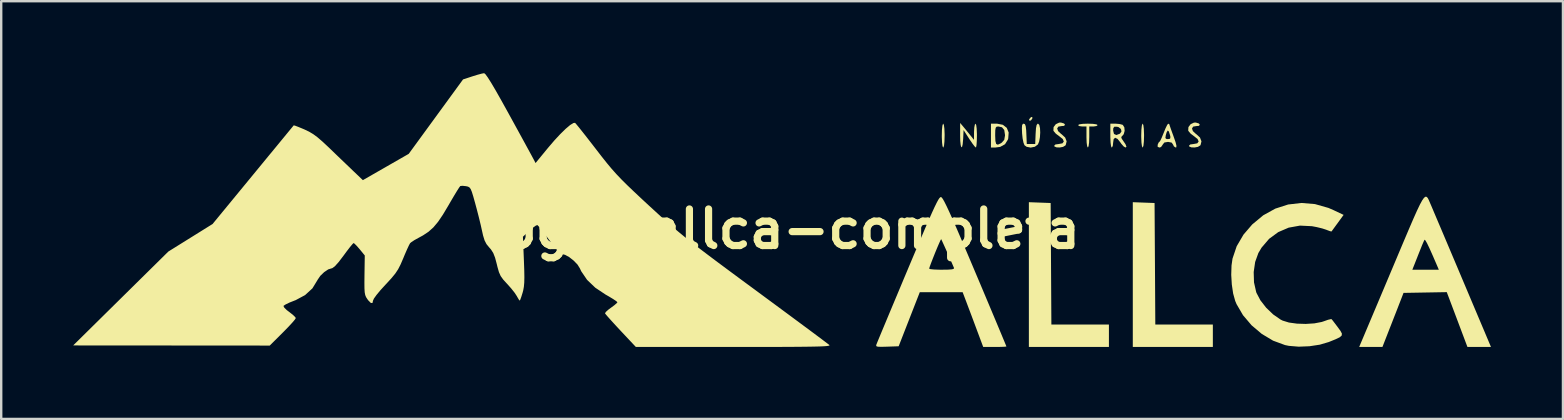
<source format=kicad_pcb>
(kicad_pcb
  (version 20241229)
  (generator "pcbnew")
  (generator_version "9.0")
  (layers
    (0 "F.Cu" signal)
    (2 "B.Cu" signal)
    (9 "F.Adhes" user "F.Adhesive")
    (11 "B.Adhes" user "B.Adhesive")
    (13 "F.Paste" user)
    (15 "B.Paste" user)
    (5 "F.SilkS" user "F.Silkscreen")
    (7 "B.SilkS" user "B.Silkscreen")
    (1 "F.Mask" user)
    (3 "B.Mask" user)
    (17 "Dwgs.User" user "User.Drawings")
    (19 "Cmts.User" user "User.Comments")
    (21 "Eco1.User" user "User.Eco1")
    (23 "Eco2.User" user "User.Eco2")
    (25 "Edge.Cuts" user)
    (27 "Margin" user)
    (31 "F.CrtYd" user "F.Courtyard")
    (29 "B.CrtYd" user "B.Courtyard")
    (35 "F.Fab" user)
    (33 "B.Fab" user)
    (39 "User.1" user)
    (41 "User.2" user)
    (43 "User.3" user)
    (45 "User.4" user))
  (footprint "logo-allca-completa"
    (layer "F.Cu")
    (at 29.526 6.493)
    (property "Reference" "logo-allca-completa" (at 0 0 0) (layer "F.SilkS") (effects (font (size 1.524 1.524) (thickness 0.3))))
    (attr board_only exclude_from_pos_files exclude_from_bom)
    (fp_poly (pts (xy 11.208 -1.083) (xy 11.223 1.449) (xy 11.238 3.98) (xy 13.636 3.98) (xy 13.636 4.916) (xy 10.3 4.916) (xy 10.3 -1.117)) (stroke (width 0) (type solid)) (fill yes) (layer "F.SilkS"))
    (fp_poly (pts (xy 10.451 -4.65) (xy 10.441 -4.599) (xy 10.386 -4.526) (xy 10.328 -4.509) (xy 10.309 -4.557) (xy 10.314 -4.576) (xy 10.385 -4.659) (xy 10.407 -4.669)) (stroke (width 0) (type solid)) (fill yes) (layer "F.SilkS"))
    (fp_poly (pts (xy 15.085 -1.1) (xy 15.538 -1.083) (xy 15.554 1.449) (xy 15.569 3.98) (xy 17.967 3.98) (xy 17.967 4.916) (xy 14.631 4.916) (xy 14.631 -1.117)) (stroke (width 0) (type solid)) (fill yes) (layer "F.SilkS"))
    (fp_poly (pts (xy 6.759 -4.334) (xy 6.779 -4.183) (xy 6.789 -3.956) (xy 6.789 -3.892) (xy 6.782 -3.65) (xy 6.765 -3.478) (xy 6.738 -3.398) (xy 6.73 -3.394) (xy 6.702 -3.449) (xy 6.682 -3.601) (xy 6.672 -3.828) (xy 6.672 -3.892) (xy 6.678 -4.134) (xy 6.696 -4.306) (xy 6.723 -4.386) (xy 6.73 -4.389)) (stroke (width 0) (type solid)) (fill yes) (layer "F.SilkS"))
    (fp_poly (pts (xy 15.07 -4.334) (xy 15.09 -4.183) (xy 15.099 -3.956) (xy 15.1 -3.892) (xy 15.093 -3.65) (xy 15.075 -3.478) (xy 15.049 -3.398) (xy 15.041 -3.394) (xy 15.013 -3.449) (xy 14.992 -3.601) (xy 14.983 -3.828) (xy 14.982 -3.892) (xy 14.989 -4.134) (xy 15.007 -4.306) (xy 15.033 -4.386) (xy 15.041 -4.389)) (stroke (width 0) (type solid)) (fill yes) (layer "F.SilkS"))
    (fp_poly (pts (xy 12.969 -4.382) (xy 13.114 -4.361) (xy 13.168 -4.331) (xy 13.168 -4.331) (xy 13.117 -4.29) (xy 12.995 -4.272) (xy 12.993 -4.272) (xy 12.817 -4.272) (xy 12.817 -3.833) (xy 12.81 -3.612) (xy 12.79 -3.458) (xy 12.761 -3.395) (xy 12.759 -3.394) (xy 12.729 -3.449) (xy 12.708 -3.596) (xy 12.7 -3.813) (xy 12.7 -3.833) (xy 12.7 -4.272) (xy 12.524 -4.272) (xy 12.401 -4.289) (xy 12.349 -4.33) (xy 12.349 -4.331) (xy 12.403 -4.361) (xy 12.548 -4.382) (xy 12.758 -4.389) (xy 12.759 -4.389)) (stroke (width 0) (type solid)) (fill yes) (layer "F.SilkS"))
    (fp_poly (pts (xy 10.734 -4.337) (xy 10.764 -4.204) (xy 10.773 -4.022) (xy 10.761 -3.826) (xy 10.729 -3.649) (xy 10.678 -3.525) (xy 10.549 -3.427) (xy 10.374 -3.393) (xy 10.206 -3.426) (xy 10.119 -3.489) (xy 10.076 -3.594) (xy 10.039 -3.776) (xy 10.017 -3.987) (xy 10.009 -4.203) (xy 10.018 -4.326) (xy 10.049 -4.38) (xy 10.086 -4.389) (xy 10.137 -4.366) (xy 10.168 -4.282) (xy 10.188 -4.116) (xy 10.195 -3.965) (xy 10.213 -3.541) (xy 10.564 -3.541) (xy 10.581 -3.965) (xy 10.596 -4.196) (xy 10.622 -4.33) (xy 10.662 -4.385) (xy 10.683 -4.389)) (stroke (width 0) (type solid)) (fill yes) (layer "F.SilkS"))
    (fp_poly (pts (xy 7.566 -4.265) (xy 7.691 -4.114) (xy 7.831 -3.942) (xy 7.854 -3.913) (xy 8.012 -3.716) (xy 8.015 -4.053) (xy 8.026 -4.234) (xy 8.051 -4.356) (xy 8.076 -4.389) (xy 8.105 -4.334) (xy 8.125 -4.183) (xy 8.135 -3.956) (xy 8.135 -3.892) (xy 8.13 -3.667) (xy 8.118 -3.495) (xy 8.099 -3.403) (xy 8.091 -3.395) (xy 8.04 -3.441) (xy 7.947 -3.562) (xy 7.83 -3.733) (xy 7.813 -3.759) (xy 7.579 -4.123) (xy 7.562 -3.759) (xy 7.542 -3.533) (xy 7.515 -3.418) (xy 7.486 -3.407) (xy 7.459 -3.494) (xy 7.44 -3.672) (xy 7.435 -3.907) (xy 7.436 -4.419)) (stroke (width 0) (type solid)) (fill yes) (layer "F.SilkS"))
    (fp_poly (pts (xy 9.215 -4.343) (xy 9.379 -4.215) (xy 9.458 -4.021) (xy 9.44 -3.775) (xy 9.425 -3.724) (xy 9.306 -3.533) (xy 9.105 -3.422) (xy 8.893 -3.394) (xy 8.72 -3.394) (xy 8.72 -3.892) (xy 8.896 -3.892) (xy 8.905 -3.665) (xy 8.938 -3.543) (xy 9.007 -3.514) (xy 9.123 -3.567) (xy 9.175 -3.603) (xy 9.274 -3.717) (xy 9.305 -3.895) (xy 9.306 -3.913) (xy 9.275 -4.123) (xy 9.18 -4.239) (xy 9.03 -4.272) (xy 8.958 -4.264) (xy 8.918 -4.222) (xy 8.9 -4.119) (xy 8.896 -3.929) (xy 8.896 -3.892) (xy 8.72 -3.892) (xy 8.72 -4.389) (xy 8.975 -4.389)) (stroke (width 0) (type solid)) (fill yes) (layer "F.SilkS"))
    (fp_poly (pts (xy 11.765 -4.397) (xy 11.808 -4.341) (xy 11.762 -4.297) (xy 11.665 -4.29) (xy 11.529 -4.267) (xy 11.479 -4.189) (xy 11.517 -4.08) (xy 11.642 -3.963) (xy 11.662 -3.95) (xy 11.813 -3.811) (xy 11.874 -3.652) (xy 11.836 -3.501) (xy 11.819 -3.479) (xy 11.725 -3.423) (xy 11.589 -3.397) (xy 11.455 -3.402) (xy 11.367 -3.438) (xy 11.354 -3.468) (xy 11.406 -3.522) (xy 11.543 -3.541) (xy 11.699 -3.57) (xy 11.756 -3.645) (xy 11.713 -3.749) (xy 11.567 -3.865) (xy 11.566 -3.866) (xy 11.424 -3.972) (xy 11.332 -4.082) (xy 11.322 -4.105) (xy 11.33 -4.246) (xy 11.422 -4.367) (xy 11.563 -4.434) (xy 11.639 -4.436)) (stroke (width 0) (type solid)) (fill yes) (layer "F.SilkS"))
    (fp_poly (pts (xy 17.384 -4.397) (xy 17.426 -4.341) (xy 17.38 -4.297) (xy 17.284 -4.29) (xy 17.147 -4.267) (xy 17.098 -4.189) (xy 17.135 -4.08) (xy 17.26 -3.963) (xy 17.28 -3.95) (xy 17.431 -3.811) (xy 17.492 -3.652) (xy 17.455 -3.501) (xy 17.438 -3.479) (xy 17.344 -3.423) (xy 17.208 -3.397) (xy 17.073 -3.402) (xy 16.985 -3.438) (xy 16.972 -3.468) (xy 17.025 -3.522) (xy 17.161 -3.541) (xy 17.317 -3.57) (xy 17.375 -3.645) (xy 17.331 -3.749) (xy 17.186 -3.865) (xy 17.184 -3.866) (xy 17.043 -3.972) (xy 16.951 -4.082) (xy 16.94 -4.105) (xy 16.949 -4.246) (xy 17.04 -4.367) (xy 17.181 -4.434) (xy 17.257 -4.436)) (stroke (width 0) (type solid)) (fill yes) (layer "F.SilkS"))
    (fp_poly (pts (xy 13.914 -4.389) (xy 14.081 -4.375) (xy 14.203 -4.343) (xy 14.214 -4.337) (xy 14.278 -4.237) (xy 14.291 -4.089) (xy 14.252 -3.95) (xy 14.206 -3.895) (xy 14.148 -3.833) (xy 14.172 -3.757) (xy 14.203 -3.714) (xy 14.326 -3.534) (xy 14.367 -3.429) (xy 14.328 -3.395) (xy 14.326 -3.395) (xy 14.25 -3.441) (xy 14.15 -3.554) (xy 14.119 -3.6) (xy 13.995 -3.754) (xy 13.897 -3.802) (xy 13.833 -3.745) (xy 13.812 -3.599) (xy 13.797 -3.464) (xy 13.761 -3.396) (xy 13.753 -3.394) (xy 13.725 -3.449) (xy 13.705 -3.601) (xy 13.695 -3.828) (xy 13.695 -3.892) (xy 13.695 -4.101) (xy 13.812 -4.101) (xy 13.847 -3.961) (xy 13.946 -3.916) (xy 14.095 -3.973) (xy 14.096 -3.973) (xy 14.16 -4.065) (xy 14.136 -4.168) (xy 14.038 -4.245) (xy 13.972 -4.262) (xy 13.86 -4.261) (xy 13.818 -4.201) (xy 13.812 -4.101) (xy 13.695 -4.101) (xy 13.695 -4.389)) (stroke (width 0) (type solid)) (fill yes) (layer "F.SilkS"))
    (fp_poly (pts (xy 16.153 -4.365) (xy 16.153 -4.364) (xy 16.172 -4.301) (xy 16.222 -4.156) (xy 16.295 -3.954) (xy 16.327 -3.867) (xy 16.411 -3.625) (xy 16.449 -3.476) (xy 16.444 -3.405) (xy 16.422 -3.394) (xy 16.344 -3.443) (xy 16.312 -3.512) (xy 16.251 -3.6) (xy 16.113 -3.628) (xy 16.094 -3.629) (xy 15.948 -3.605) (xy 15.881 -3.523) (xy 15.877 -3.512) (xy 15.808 -3.416) (xy 15.742 -3.394) (xy 15.666 -3.425) (xy 15.668 -3.512) (xy 15.709 -3.606) (xy 15.738 -3.629) (xy 15.776 -3.679) (xy 15.83 -3.791) (xy 15.989 -3.791) (xy 16.035 -3.75) (xy 16.094 -3.746) (xy 16.184 -3.761) (xy 16.199 -3.832) (xy 16.184 -3.906) (xy 16.134 -4.063) (xy 16.087 -4.104) (xy 16.041 -4.027) (xy 16.005 -3.906) (xy 15.989 -3.791) (xy 15.83 -3.791) (xy 15.839 -3.812) (xy 15.915 -3.999) (xy 15.919 -4.009) (xy 15.996 -4.198) (xy 16.063 -4.334) (xy 16.106 -4.389) (xy 16.107 -4.389)) (stroke (width 0) (type solid)) (fill yes) (layer "F.SilkS"))
    (fp_poly (pts (xy 26.876 -1.341) (xy 26.921 -1.293) (xy 26.966 -1.208) (xy 26.966 -1.207) (xy 26.998 -1.132) (xy 27.072 -0.961) (xy 27.181 -0.703) (xy 27.322 -0.37) (xy 27.491 0.027) (xy 27.682 0.478) (xy 27.891 0.972) (xy 28.113 1.497) (xy 28.344 2.044) (xy 28.579 2.6) (xy 28.814 3.157) (xy 29.044 3.701) (xy 29.265 4.223) (xy 29.471 4.712) (xy 29.477 4.726) (xy 29.557 4.916) (xy 28.576 4.916) (xy 28.146 3.773) (xy 27.715 2.631) (xy 26.814 2.647) (xy 25.913 2.663) (xy 25.8 2.956) (xy 25.737 3.116) (xy 25.644 3.357) (xy 25.529 3.65) (xy 25.406 3.966) (xy 25.36 4.082) (xy 25.034 4.916) (xy 24.065 4.916) (xy 24.59 3.672) (xy 24.747 3.3) (xy 24.939 2.845) (xy 25.155 2.333) (xy 25.383 1.791) (xy 25.423 1.697) (xy 26.28 1.697) (xy 27.384 1.697) (xy 27.303 1.507) (xy 27.128 1.103) (xy 26.993 0.801) (xy 26.894 0.595) (xy 26.828 0.479) (xy 26.791 0.446) (xy 26.786 0.451) (xy 26.748 0.531) (xy 26.683 0.682) (xy 26.633 0.808) (xy 26.536 1.05) (xy 26.434 1.309) (xy 26.396 1.405) (xy 26.28 1.697) (xy 25.423 1.697) (xy 25.614 1.243) (xy 25.836 0.716) (xy 25.91 0.541) (xy 26.135 0.011) (xy 26.32 -0.419) (xy 26.471 -0.757) (xy 26.592 -1.011) (xy 26.688 -1.188) (xy 26.764 -1.297) (xy 26.825 -1.345)) (stroke (width 0) (type solid)) (fill yes) (layer "F.SilkS"))
    (fp_poly (pts (xy 22.223 -1.038) (xy 22.783 -0.879) (xy 22.989 -0.79) (xy 23.416 -0.588) (xy 23.17 -0.25) (xy 23.047 -0.082) (xy 22.956 0.043) (xy 22.913 0.102) (xy 22.912 0.103) (xy 22.857 0.093) (xy 22.734 0.048) (xy 22.695 0.032) (xy 22.526 -0.023) (xy 22.296 -0.079) (xy 22.095 -0.117) (xy 21.598 -0.141) (xy 21.126 -0.056) (xy 20.692 0.13) (xy 20.311 0.41) (xy 19.997 0.777) (xy 19.863 1.003) (xy 19.73 1.373) (xy 19.669 1.794) (xy 19.682 2.225) (xy 19.772 2.625) (xy 19.785 2.662) (xy 19.948 2.971) (xy 20.189 3.281) (xy 20.479 3.559) (xy 20.784 3.771) (xy 20.874 3.817) (xy 21.137 3.898) (xy 21.472 3.944) (xy 21.838 3.956) (xy 22.196 3.933) (xy 22.505 3.874) (xy 22.607 3.84) (xy 22.771 3.782) (xy 22.886 3.756) (xy 22.916 3.759) (xy 22.965 3.818) (xy 23.061 3.944) (xy 23.178 4.099) (xy 23.288 4.25) (xy 23.344 4.357) (xy 23.337 4.439) (xy 23.255 4.512) (xy 23.087 4.593) (xy 22.823 4.7) (xy 22.796 4.711) (xy 22.423 4.821) (xy 21.991 4.886) (xy 21.546 4.904) (xy 21.137 4.87) (xy 20.975 4.837) (xy 20.478 4.654) (xy 20.007 4.373) (xy 19.581 4.013) (xy 19.224 3.593) (xy 18.955 3.132) (xy 18.899 2.999) (xy 18.813 2.691) (xy 18.757 2.313) (xy 18.733 1.909) (xy 18.745 1.522) (xy 18.786 1.235) (xy 18.96 0.719) (xy 19.244 0.234) (xy 19.608 -0.19) (xy 20.067 -0.571) (xy 20.57 -0.849) (xy 21.105 -1.021) (xy 21.66 -1.085)) (stroke (width 0) (type solid)) (fill yes) (layer "F.SilkS"))
    (fp_poly (pts (xy 6.671 -1.309) (xy 6.72 -1.242) (xy 6.786 -1.123) (xy 6.874 -0.947) (xy 6.987 -0.705) (xy 7.128 -0.391) (xy 7.301 0.003) (xy 7.507 0.483) (xy 7.752 1.057) (xy 8.037 1.731) (xy 8.057 1.779) (xy 8.297 2.346) (xy 8.522 2.881) (xy 8.729 3.373) (xy 8.914 3.813) (xy 9.072 4.191) (xy 9.2 4.498) (xy 9.294 4.724) (xy 9.35 4.859) (xy 9.364 4.896) (xy 9.31 4.905) (xy 9.166 4.912) (xy 8.96 4.916) (xy 8.88 4.916) (xy 8.397 4.916) (xy 8.14 4.228) (xy 8.021 3.909) (xy 7.897 3.577) (xy 7.783 3.276) (xy 7.712 3.087) (xy 7.54 2.634) (xy 5.754 2.634) (xy 4.874 4.887) (xy 4.39 4.904) (xy 4.154 4.91) (xy 4.013 4.906) (xy 3.948 4.887) (xy 3.936 4.848) (xy 3.945 4.816) (xy 3.974 4.744) (xy 4.044 4.574) (xy 4.151 4.316) (xy 4.291 3.981) (xy 4.459 3.578) (xy 4.652 3.117) (xy 4.865 2.61) (xy 5.093 2.064) (xy 5.254 1.682) (xy 5.266 1.653) (xy 6.145 1.653) (xy 6.199 1.673) (xy 6.345 1.688) (xy 6.555 1.696) (xy 6.678 1.697) (xy 6.94 1.693) (xy 7.101 1.68) (xy 7.174 1.654) (xy 7.18 1.624) (xy 7.111 1.463) (xy 7.021 1.255) (xy 6.92 1.027) (xy 6.821 0.804) (xy 6.734 0.612) (xy 6.672 0.476) (xy 6.645 0.422) (xy 6.619 0.465) (xy 6.561 0.592) (xy 6.482 0.775) (xy 6.393 0.991) (xy 6.305 1.212) (xy 6.227 1.413) (xy 6.17 1.567) (xy 6.145 1.649) (xy 6.145 1.653) (xy 5.266 1.653) (xy 5.531 1.024) (xy 5.766 0.466) (xy 5.965 0.001) (xy 6.129 -0.379) (xy 6.264 -0.683) (xy 6.372 -0.918) (xy 6.457 -1.091) (xy 6.522 -1.212) (xy 6.572 -1.287) (xy 6.61 -1.324) (xy 6.638 -1.332)) (stroke (width 0) (type solid)) (fill yes) (layer "F.SilkS"))
    (fp_poly (pts (xy -12.346 -6.449) (xy -12.248 -6.314) (xy -12.103 -6.085) (xy -11.911 -5.759) (xy -11.67 -5.333) (xy -11.378 -4.806) (xy -11.361 -4.775) (xy -11.132 -4.358) (xy -10.918 -3.968) (xy -10.727 -3.619) (xy -10.566 -3.324) (xy -10.442 -3.096) (xy -10.362 -2.948) (xy -10.337 -2.901) (xy -10.258 -2.749) (xy -9.738 -3.382) (xy -9.476 -3.688) (xy -9.228 -3.955) (xy -9.005 -4.173) (xy -8.819 -4.331) (xy -8.682 -4.416) (xy -8.612 -4.424) (xy -8.563 -4.37) (xy -8.453 -4.237) (xy -8.294 -4.038) (xy -8.096 -3.786) (xy -7.87 -3.495) (xy -7.737 -3.323) (xy -7.495 -3.01) (xy -7.283 -2.744) (xy -7.086 -2.508) (xy -6.889 -2.287) (xy -6.676 -2.063) (xy -6.432 -1.821) (xy -6.141 -1.543) (xy -5.788 -1.212) (xy -5.546 -0.988) (xy -5.261 -0.727) (xy -5.004 -0.492) (xy -4.762 -0.276) (xy -4.527 -0.072) (xy -4.287 0.13) (xy -4.033 0.338) (xy -3.755 0.558) (xy -3.441 0.801) (xy -3.081 1.074) (xy -2.667 1.385) (xy -2.186 1.742) (xy -1.629 2.154) (xy -1.137 2.516) (xy -0.609 2.906) (xy -0.107 3.276) (xy 0.361 3.622) (xy 0.785 3.936) (xy 1.159 4.213) (xy 1.473 4.447) (xy 1.72 4.632) (xy 1.891 4.761) (xy 1.979 4.828) (xy 1.988 4.836) (xy 1.991 4.852) (xy 1.958 4.865) (xy 1.884 4.877) (xy 1.759 4.887) (xy 1.577 4.895) (xy 1.331 4.901) (xy 1.012 4.906) (xy 0.614 4.91) (xy 0.129 4.913) (xy -0.45 4.915) (xy -1.13 4.916) (xy -1.92 4.916) (xy -2.002 4.916) (xy -6.078 4.916) (xy -6.712 4.242) (xy -6.929 4.008) (xy -7.116 3.803) (xy -7.26 3.642) (xy -7.345 3.541) (xy -7.363 3.515) (xy -7.329 3.456) (xy -7.221 3.359) (xy -7.114 3.28) (xy -6.967 3.171) (xy -6.87 3.085) (xy -6.847 3.052) (xy -6.895 3.006) (xy -7.024 2.919) (xy -7.211 2.806) (xy -7.34 2.733) (xy -7.768 2.447) (xy -8.111 2.119) (xy -8.355 1.761) (xy -8.412 1.639) (xy -8.511 1.481) (xy -8.67 1.317) (xy -8.853 1.173) (xy -9.027 1.077) (xy -9.129 1.053) (xy -9.212 1.016) (xy -9.336 0.9) (xy -9.506 0.697) (xy -9.691 0.454) (xy -9.861 0.225) (xy -10.01 0.034) (xy -10.121 -0.102) (xy -10.181 -0.163) (xy -10.184 -0.165) (xy -10.251 -0.138) (xy -10.373 -0.049) (xy -10.51 0.069) (xy -10.784 0.322) (xy -10.743 1.324) (xy -10.729 1.713) (xy -10.724 2.009) (xy -10.729 2.233) (xy -10.745 2.409) (xy -10.772 2.558) (xy -10.798 2.655) (xy -10.853 2.831) (xy -10.897 2.951) (xy -10.918 2.985) (xy -10.957 2.938) (xy -11.024 2.824) (xy -11.039 2.796) (xy -11.128 2.66) (xy -11.271 2.479) (xy -11.437 2.292) (xy -11.448 2.281) (xy -11.607 2.106) (xy -11.712 1.959) (xy -11.784 1.797) (xy -11.846 1.579) (xy -11.872 1.469) (xy -11.945 1.195) (xy -12.021 1.001) (xy -12.117 0.85) (xy -12.188 0.77) (xy -12.302 0.631) (xy -12.382 0.476) (xy -12.446 0.267) (xy -12.486 0.088) (xy -12.543 -0.168) (xy -12.621 -0.489) (xy -12.709 -0.83) (xy -12.772 -1.064) (xy -12.852 -1.351) (xy -12.912 -1.545) (xy -12.962 -1.666) (xy -13.013 -1.733) (xy -13.074 -1.766) (xy -13.153 -1.784) (xy -13.299 -1.8) (xy -13.392 -1.791) (xy -13.395 -1.789) (xy -13.44 -1.73) (xy -13.531 -1.588) (xy -13.657 -1.38) (xy -13.807 -1.125) (xy -13.89 -0.981) (xy -14.12 -0.596) (xy -14.322 -0.298) (xy -14.515 -0.068) (xy -14.718 0.114) (xy -14.948 0.267) (xy -15.135 0.369) (xy -15.309 0.465) (xy -15.441 0.553) (xy -15.488 0.595) (xy -15.534 0.68) (xy -15.612 0.847) (xy -15.708 1.067) (xy -15.775 1.229) (xy -15.883 1.479) (xy -15.985 1.678) (xy -16.103 1.856) (xy -16.258 2.045) (xy -16.472 2.279) (xy -16.517 2.326) (xy -16.723 2.552) (xy -16.887 2.75) (xy -16.994 2.9) (xy -17.031 2.985) (xy -17.055 3.085) (xy -17.123 3.081) (xy -17.23 2.973) (xy -17.269 2.92) (xy -17.321 2.839) (xy -17.356 2.753) (xy -17.378 2.639) (xy -17.388 2.473) (xy -17.39 2.235) (xy -17.387 1.921) (xy -17.375 1.103) (xy -17.587 0.844) (xy -17.709 0.704) (xy -17.803 0.61) (xy -17.84 0.585) (xy -17.888 0.63) (xy -17.989 0.751) (xy -18.126 0.929) (xy -18.26 1.111) (xy -18.465 1.38) (xy -18.624 1.556) (xy -18.732 1.634) (xy -18.752 1.638) (xy -18.897 1.683) (xy -19.068 1.798) (xy -19.227 1.951) (xy -19.338 2.113) (xy -19.346 2.129) (xy -19.557 2.474) (xy -19.862 2.754) (xy -20.253 2.964) (xy -20.308 2.985) (xy -20.515 3.067) (xy -20.674 3.144) (xy -20.758 3.2) (xy -20.763 3.209) (xy -20.731 3.275) (xy -20.626 3.379) (xy -20.517 3.462) (xy -20.37 3.577) (xy -20.273 3.672) (xy -20.25 3.714) (xy -20.289 3.777) (xy -20.397 3.904) (xy -20.557 4.077) (xy -20.755 4.28) (xy -20.792 4.317) (xy -21.335 4.858) (xy -25.43 4.855) (xy -29.526 4.852) (xy -27.543 2.895) (xy -25.56 0.939) (xy -23.718 -0.208) (xy -22.034 -2.255) (xy -21.688 -2.676) (xy -21.365 -3.069) (xy -21.072 -3.424) (xy -20.819 -3.732) (xy -20.611 -3.985) (xy -20.456 -4.173) (xy -20.362 -4.287) (xy -20.336 -4.319) (xy -20.28 -4.306) (xy -20.143 -4.254) (xy -19.952 -4.175) (xy -19.891 -4.149) (xy -19.699 -4.058) (xy -19.523 -3.953) (xy -19.342 -3.819) (xy -19.131 -3.637) (xy -18.867 -3.39) (xy -18.816 -3.341) (xy -18.555 -3.089) (xy -18.288 -2.833) (xy -18.044 -2.6) (xy -17.851 -2.414) (xy -17.813 -2.378) (xy -17.454 -2.036) (xy -15.544 -3.131) (xy -14.412 -4.682) (xy -13.28 -6.233) (xy -12.888 -6.362) (xy -12.678 -6.427) (xy -12.503 -6.474) (xy -12.401 -6.493) (xy -12.4 -6.493)) (stroke (width 0) (type solid)) (fill yes) (layer "F.SilkS")))
  (gr_rect
    (start -3 -3)
    (end 62.083 14.409)
    (stroke (width 0.1) (type default))
    (fill no)
    (layer "Edge.Cuts")))
</source>
